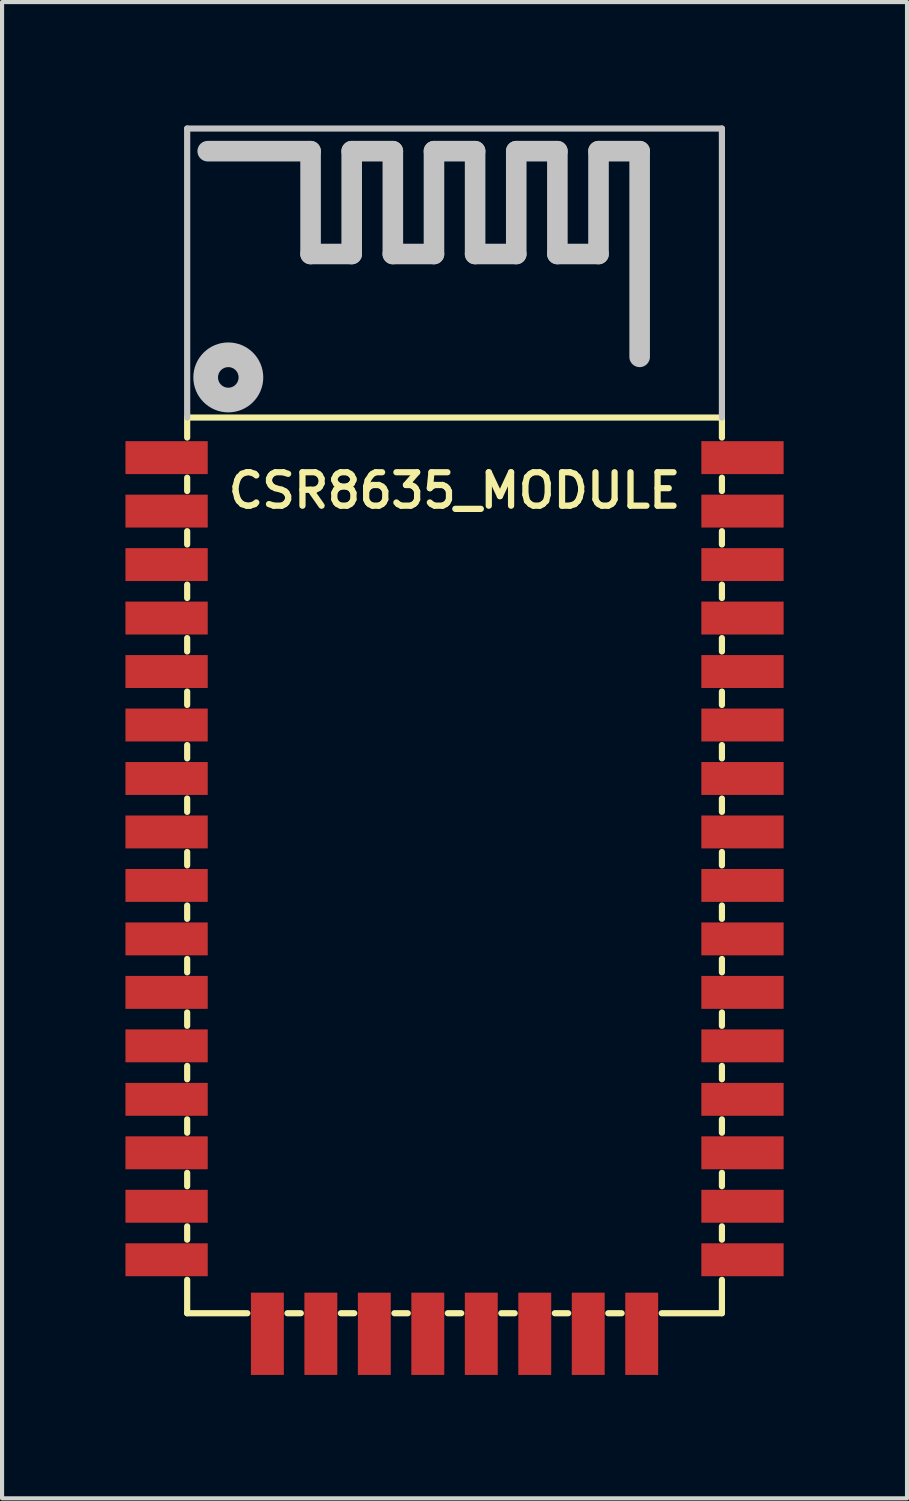
<source format=kicad_pcb>
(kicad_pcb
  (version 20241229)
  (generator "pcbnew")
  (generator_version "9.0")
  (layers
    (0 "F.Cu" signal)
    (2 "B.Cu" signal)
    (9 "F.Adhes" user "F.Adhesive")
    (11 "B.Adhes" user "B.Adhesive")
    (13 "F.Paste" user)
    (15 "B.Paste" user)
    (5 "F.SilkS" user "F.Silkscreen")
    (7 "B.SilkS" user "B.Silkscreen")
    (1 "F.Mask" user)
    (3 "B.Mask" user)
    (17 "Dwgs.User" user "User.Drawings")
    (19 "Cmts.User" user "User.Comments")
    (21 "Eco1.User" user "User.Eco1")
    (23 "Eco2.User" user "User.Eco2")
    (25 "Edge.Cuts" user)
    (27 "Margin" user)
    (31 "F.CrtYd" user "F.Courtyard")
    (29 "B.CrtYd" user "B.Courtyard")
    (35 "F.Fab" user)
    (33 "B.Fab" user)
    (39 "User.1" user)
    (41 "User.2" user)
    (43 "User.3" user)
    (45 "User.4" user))
  (footprint "CSR8635_MODULE"
    (layer "F.Cu")
    (at 8 28.875)
    (property "Reference" "CSR8635_MODULE" (at 0 -20 0) (layer "F.SilkS") (effects (font (size 0.813 0.813) (thickness 0.152))))
    (attr through_hole)
    (fp_line (start -6.5 -21.775) (end 6.5 -21.775) (stroke (width 0.15) (type solid)) (layer "F.SilkS"))
    (fp_line (start -6.5 -21.288) (end -6.5 -21.775) (stroke (width 0.15) (type solid)) (layer "F.SilkS"))
    (fp_line (start -6.5 -19.988) (end -6.5 -20.312) (stroke (width 0.15) (type solid)) (layer "F.SilkS"))
    (fp_line (start -6.5 -18.688) (end -6.5 -19.012) (stroke (width 0.15) (type solid)) (layer "F.SilkS"))
    (fp_line (start -6.5 -17.387) (end -6.5 -17.712) (stroke (width 0.15) (type solid)) (layer "F.SilkS"))
    (fp_line (start -6.5 -16.087) (end -6.5 -16.413) (stroke (width 0.15) (type solid)) (layer "F.SilkS"))
    (fp_line (start -6.5 -14.787) (end -6.5 -15.113) (stroke (width 0.15) (type solid)) (layer "F.SilkS"))
    (fp_line (start -6.5 -13.488) (end -6.5 -13.812) (stroke (width 0.15) (type solid)) (layer "F.SilkS"))
    (fp_line (start -6.5 -12.188) (end -6.5 -12.512) (stroke (width 0.15) (type solid)) (layer "F.SilkS"))
    (fp_line (start -6.5 -10.887) (end -6.5 -11.213) (stroke (width 0.15) (type solid)) (layer "F.SilkS"))
    (fp_line (start -6.5 -9.588) (end -6.5 -9.912) (stroke (width 0.15) (type solid)) (layer "F.SilkS"))
    (fp_line (start -6.5 -8.287) (end -6.5 -8.613) (stroke (width 0.15) (type solid)) (layer "F.SilkS"))
    (fp_line (start -6.5 -6.987) (end -6.5 -7.312) (stroke (width 0.15) (type solid)) (layer "F.SilkS"))
    (fp_line (start -6.5 -5.688) (end -6.5 -6.013) (stroke (width 0.15) (type solid)) (layer "F.SilkS"))
    (fp_line (start -6.5 -4.388) (end -6.5 -4.713) (stroke (width 0.15) (type solid)) (layer "F.SilkS"))
    (fp_line (start -6.5 -3.087) (end -6.5 -3.413) (stroke (width 0.15) (type solid)) (layer "F.SilkS"))
    (fp_line (start -6.5 -1.788) (end -6.5 -2.112) (stroke (width 0.15) (type solid)) (layer "F.SilkS"))
    (fp_line (start -6.5 0) (end -6.5 -0.812) (stroke (width 0.15) (type solid)) (layer "F.SilkS"))
    (fp_line (start -6.5 0) (end -5.037 0) (stroke (width 0.15) (type solid)) (layer "F.SilkS"))
    (fp_line (start -4.062 0) (end -3.737 0) (stroke (width 0.15) (type solid)) (layer "F.SilkS"))
    (fp_line (start -2.763 0) (end -2.438 0) (stroke (width 0.15) (type solid)) (layer "F.SilkS"))
    (fp_line (start -1.462 0) (end -1.137 0) (stroke (width 0.15) (type solid)) (layer "F.SilkS"))
    (fp_line (start -0.163 0) (end 0.163 0) (stroke (width 0.15) (type solid)) (layer "F.SilkS"))
    (fp_line (start 1.137 0) (end 1.462 0) (stroke (width 0.15) (type solid)) (layer "F.SilkS"))
    (fp_line (start 2.438 0) (end 2.763 0) (stroke (width 0.15) (type solid)) (layer "F.SilkS"))
    (fp_line (start 3.737 0) (end 4.062 0) (stroke (width 0.15) (type solid)) (layer "F.SilkS"))
    (fp_line (start 5.037 0) (end 6.5 0) (stroke (width 0.15) (type solid)) (layer "F.SilkS"))
    (fp_line (start 6.5 -21.288) (end 6.5 -21.775) (stroke (width 0.15) (type solid)) (layer "F.SilkS"))
    (fp_line (start 6.5 -20.312) (end 6.5 -19.988) (stroke (width 0.15) (type solid)) (layer "F.SilkS"))
    (fp_line (start 6.5 -19.012) (end 6.5 -18.688) (stroke (width 0.15) (type solid)) (layer "F.SilkS"))
    (fp_line (start 6.5 -17.712) (end 6.5 -17.387) (stroke (width 0.15) (type solid)) (layer "F.SilkS"))
    (fp_line (start 6.5 -16.413) (end 6.5 -16.087) (stroke (width 0.15) (type solid)) (layer "F.SilkS"))
    (fp_line (start 6.5 -15.113) (end 6.5 -14.787) (stroke (width 0.15) (type solid)) (layer "F.SilkS"))
    (fp_line (start 6.5 -13.812) (end 6.5 -13.488) (stroke (width 0.15) (type solid)) (layer "F.SilkS"))
    (fp_line (start 6.5 -12.512) (end 6.5 -12.188) (stroke (width 0.15) (type solid)) (layer "F.SilkS"))
    (fp_line (start 6.5 -11.213) (end 6.5 -10.887) (stroke (width 0.15) (type solid)) (layer "F.SilkS"))
    (fp_line (start 6.5 -9.912) (end 6.5 -9.588) (stroke (width 0.15) (type solid)) (layer "F.SilkS"))
    (fp_line (start 6.5 -8.613) (end 6.5 -8.287) (stroke (width 0.15) (type solid)) (layer "F.SilkS"))
    (fp_line (start 6.5 -7.312) (end 6.5 -6.987) (stroke (width 0.15) (type solid)) (layer "F.SilkS"))
    (fp_line (start 6.5 -6.013) (end 6.5 -5.688) (stroke (width 0.15) (type solid)) (layer "F.SilkS"))
    (fp_line (start 6.5 -4.713) (end 6.5 -4.388) (stroke (width 0.15) (type solid)) (layer "F.SilkS"))
    (fp_line (start 6.5 -3.413) (end 6.5 -3.087) (stroke (width 0.15) (type solid)) (layer "F.SilkS"))
    (fp_line (start 6.5 -2.112) (end 6.5 -1.788) (stroke (width 0.15) (type solid)) (layer "F.SilkS"))
    (fp_line (start 6.5 -0.812) (end 6.5 0) (stroke (width 0.15) (type solid)) (layer "F.SilkS"))
    (fp_line (start -6.5 -21.775) (end -6.5 -28.8) (stroke (width 0.15) (type solid)) (layer "Dwgs.User"))
    (fp_line (start -6 -28.25) (end -3.5 -28.25) (stroke (width 0.5) (type solid)) (layer "Dwgs.User"))
    (fp_line (start -3.5 -28.25) (end -3.5 -25.75) (stroke (width 0.5) (type solid)) (layer "Dwgs.User"))
    (fp_line (start -3.5 -25.75) (end -2.5 -25.75) (stroke (width 0.5) (type solid)) (layer "Dwgs.User"))
    (fp_line (start -2.5 -28.25) (end -1.5 -28.25) (stroke (width 0.5) (type solid)) (layer "Dwgs.User"))
    (fp_line (start -2.5 -25.75) (end -2.5 -28.25) (stroke (width 0.5) (type solid)) (layer "Dwgs.User"))
    (fp_line (start -1.5 -28.25) (end -1.5 -25.75) (stroke (width 0.5) (type solid)) (layer "Dwgs.User"))
    (fp_line (start -1.5 -25.75) (end -0.5 -25.75) (stroke (width 0.5) (type solid)) (layer "Dwgs.User"))
    (fp_line (start -0.5 -28.25) (end 0.5 -28.25) (stroke (width 0.5) (type solid)) (layer "Dwgs.User"))
    (fp_line (start -0.5 -25.75) (end -0.5 -28.25) (stroke (width 0.5) (type solid)) (layer "Dwgs.User"))
    (fp_line (start 0.5 -28.25) (end 0.5 -25.75) (stroke (width 0.5) (type solid)) (layer "Dwgs.User"))
    (fp_line (start 0.5 -25.75) (end 1.5 -25.75) (stroke (width 0.5) (type solid)) (layer "Dwgs.User"))
    (fp_line (start 1.5 -28.25) (end 2.5 -28.25) (stroke (width 0.5) (type solid)) (layer "Dwgs.User"))
    (fp_line (start 1.5 -25.75) (end 1.5 -28.25) (stroke (width 0.5) (type solid)) (layer "Dwgs.User"))
    (fp_line (start 2.5 -28.25) (end 2.5 -25.75) (stroke (width 0.5) (type solid)) (layer "Dwgs.User"))
    (fp_line (start 2.5 -25.75) (end 3.5 -25.75) (stroke (width 0.5) (type solid)) (layer "Dwgs.User"))
    (fp_line (start 3.5 -28.25) (end 4.5 -28.25) (stroke (width 0.5) (type solid)) (layer "Dwgs.User"))
    (fp_line (start 3.5 -25.75) (end 3.5 -28.25) (stroke (width 0.5) (type solid)) (layer "Dwgs.User"))
    (fp_line (start 4.5 -28.25) (end 4.5 -23.25) (stroke (width 0.5) (type solid)) (layer "Dwgs.User"))
    (fp_line (start 6.5 -28.8) (end -6.5 -28.8) (stroke (width 0.15) (type solid)) (layer "Dwgs.User"))
    (fp_line (start 6.5 -21.775) (end 6.5 -28.8) (stroke (width 0.15) (type solid)) (layer "Dwgs.User"))
    (fp_circle (center -5.5 -22.75) (end -5.25 -22.75) (stroke (width 0.6) (type solid)) (fill no) (layer "Dwgs.User"))
    (pad "1" smd rect (at -7 -20.8) (size 2 0.8) (layers "F.Cu" "F.Mask" "F.Paste"))
    (pad "2" smd rect (at -7 -19.5) (size 2 0.8) (layers "F.Cu" "F.Mask" "F.Paste"))
    (pad "3" smd rect (at -7 -18.2) (size 2 0.8) (layers "F.Cu" "F.Mask" "F.Paste"))
    (pad "4" smd rect (at -7 -16.9) (size 2 0.8) (layers "F.Cu" "F.Mask" "F.Paste"))
    (pad "5" smd rect (at -7 -15.6) (size 2 0.8) (layers "F.Cu" "F.Mask" "F.Paste"))
    (pad "6" smd rect (at -7 -14.3) (size 2 0.8) (layers "F.Cu" "F.Mask" "F.Paste"))
    (pad "7" smd rect (at -7 -13) (size 2 0.8) (layers "F.Cu" "F.Mask" "F.Paste"))
    (pad "8" smd rect (at -7 -11.7) (size 2 0.8) (layers "F.Cu" "F.Mask" "F.Paste"))
    (pad "9" smd rect (at -7 -10.4) (size 2 0.8) (layers "F.Cu" "F.Mask" "F.Paste"))
    (pad "10" smd rect (at -7 -9.1) (size 2 0.8) (layers "F.Cu" "F.Mask" "F.Paste"))
    (pad "11" smd rect (at -7 -7.8) (size 2 0.8) (layers "F.Cu" "F.Mask" "F.Paste"))
    (pad "12" smd rect (at -7 -6.5) (size 2 0.8) (layers "F.Cu" "F.Mask" "F.Paste"))
    (pad "13" smd rect (at -7 -5.2) (size 2 0.8) (layers "F.Cu" "F.Mask" "F.Paste"))
    (pad "14" smd rect (at -7 -3.9) (size 2 0.8) (layers "F.Cu" "F.Mask" "F.Paste"))
    (pad "15" smd rect (at -7 -2.6) (size 2 0.8) (layers "F.Cu" "F.Mask" "F.Paste"))
    (pad "16" smd rect (at -7 -1.3) (size 2 0.8) (layers "F.Cu" "F.Mask" "F.Paste"))
    (pad "17" smd rect (at -4.55 0.5 90) (size 2 0.8) (layers "F.Cu" "F.Mask" "F.Paste"))
    (pad "18" smd rect (at -3.25 0.5 90) (size 2 0.8) (layers "F.Cu" "F.Mask" "F.Paste"))
    (pad "19" smd rect (at -1.95 0.5 90) (size 2 0.8) (layers "F.Cu" "F.Mask" "F.Paste"))
    (pad "20" smd rect (at -0.65 0.5 90) (size 2 0.8) (layers "F.Cu" "F.Mask" "F.Paste"))
    (pad "21" smd rect (at 0.65 0.5 90) (size 2 0.8) (layers "F.Cu" "F.Mask" "F.Paste"))
    (pad "22" smd rect (at 1.95 0.5 90) (size 2 0.8) (layers "F.Cu" "F.Mask" "F.Paste"))
    (pad "23" smd rect (at 3.25 0.5 90) (size 2 0.8) (layers "F.Cu" "F.Mask" "F.Paste"))
    (pad "24" smd rect (at 4.55 0.5 90) (size 2 0.8) (layers "F.Cu" "F.Mask" "F.Paste"))
    (pad "25" smd rect (at 7 -1.3) (size 2 0.8) (layers "F.Cu" "F.Mask" "F.Paste"))
    (pad "26" smd rect (at 7 -2.6) (size 2 0.8) (layers "F.Cu" "F.Mask" "F.Paste"))
    (pad "27" smd rect (at 7 -3.9) (size 2 0.8) (layers "F.Cu" "F.Mask" "F.Paste"))
    (pad "28" smd rect (at 7 -5.2) (size 2 0.8) (layers "F.Cu" "F.Mask" "F.Paste"))
    (pad "29" smd rect (at 7 -6.5) (size 2 0.8) (layers "F.Cu" "F.Mask" "F.Paste"))
    (pad "30" smd rect (at 7 -7.8) (size 2 0.8) (layers "F.Cu" "F.Mask" "F.Paste"))
    (pad "31" smd rect (at 7 -9.1) (size 2 0.8) (layers "F.Cu" "F.Mask" "F.Paste"))
    (pad "32" smd rect (at 7 -10.4) (size 2 0.8) (layers "F.Cu" "F.Mask" "F.Paste"))
    (pad "33" smd rect (at 7 -11.7) (size 2 0.8) (layers "F.Cu" "F.Mask" "F.Paste"))
    (pad "34" smd rect (at 7 -13) (size 2 0.8) (layers "F.Cu" "F.Mask" "F.Paste"))
    (pad "35" smd rect (at 7 -14.3) (size 2 0.8) (layers "F.Cu" "F.Mask" "F.Paste"))
    (pad "36" smd rect (at 7 -15.6) (size 2 0.8) (layers "F.Cu" "F.Mask" "F.Paste"))
    (pad "37" smd rect (at 7 -16.9) (size 2 0.8) (layers "F.Cu" "F.Mask" "F.Paste"))
    (pad "38" smd rect (at 7 -18.2) (size 2 0.8) (layers "F.Cu" "F.Mask" "F.Paste"))
    (pad "39" smd rect (at 7 -19.5) (size 2 0.8) (layers "F.Cu" "F.Mask" "F.Paste"))
    (pad "40" smd rect (at 7 -20.8) (size 2 0.8) (layers "F.Cu" "F.Mask" "F.Paste")))
  (gr_rect
    (start -3 -3)
    (end 19 33.375)
    (stroke (width 0.1) (type default))
    (fill no)
    (layer "Edge.Cuts")))
</source>
